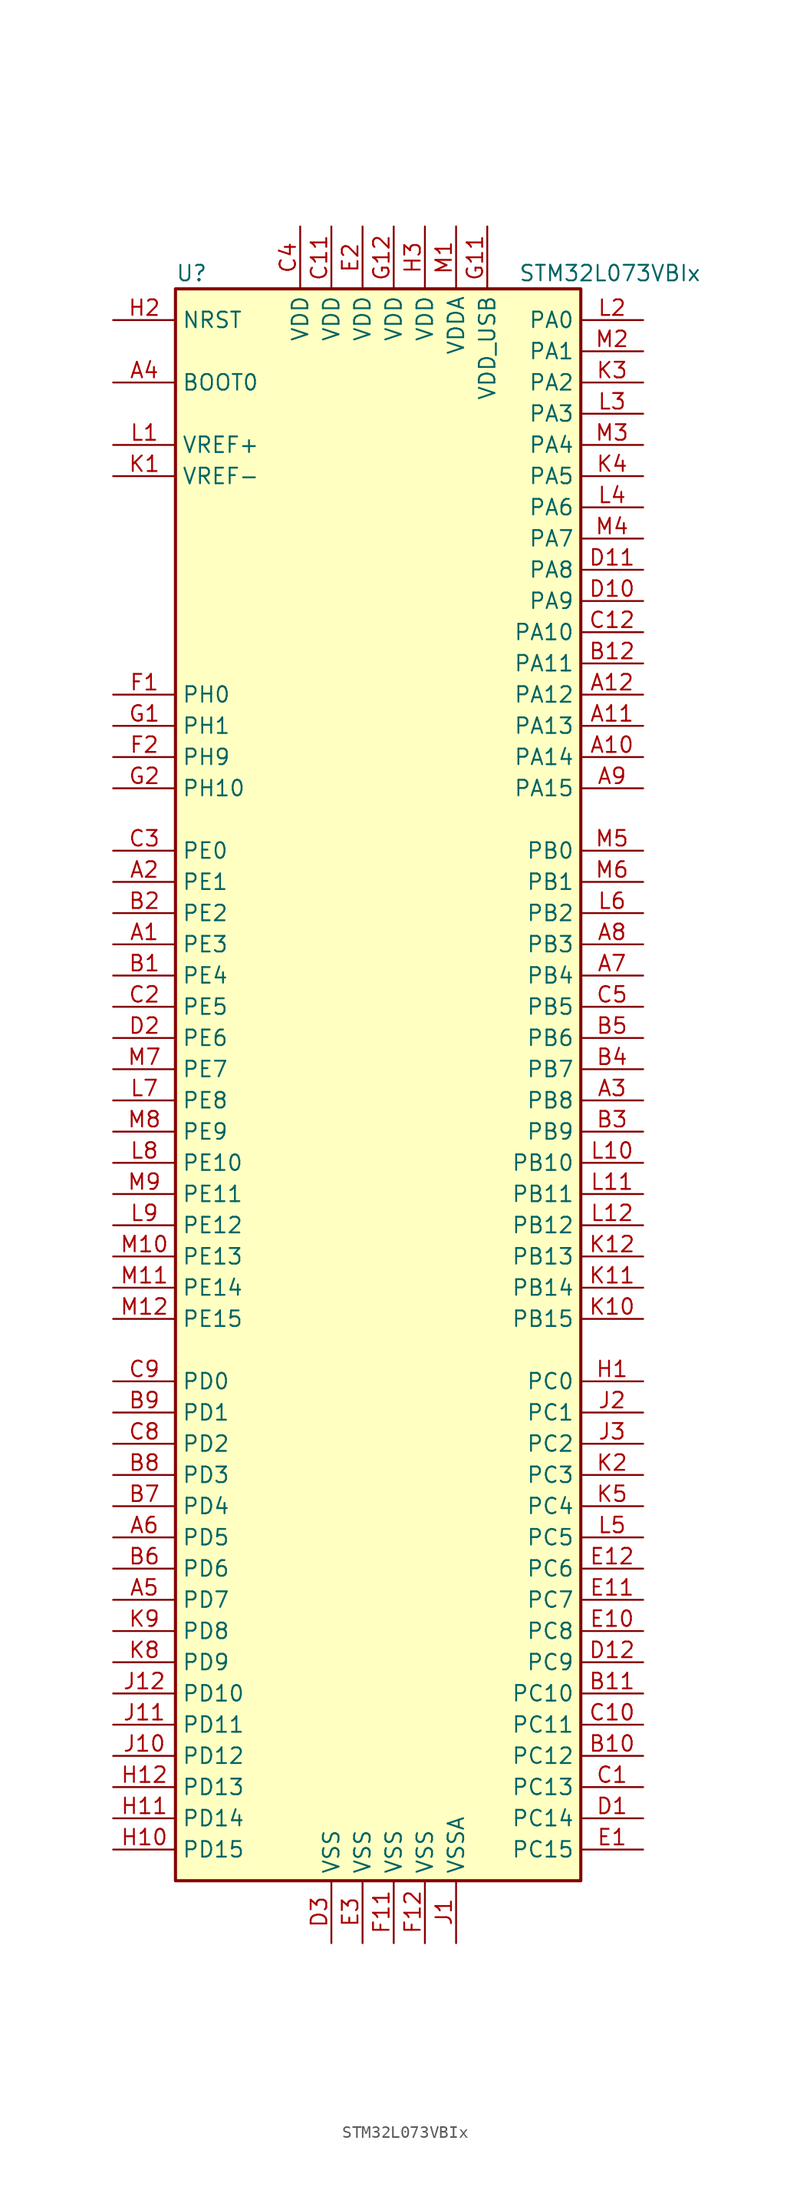
<source format=kicad_sym>
(kicad_symbol_lib
  (version 20201005)
  (generator kicad_symbol_editor)
  (symbol "MCU_ST_STM32L0:STM32L073VBIx"
    (property "Reference" "U"
      (at -17.78 64.77 0)
      (effects (font (size 1.27 1.27)) (justify left)))
    (property "Value" "STM32L073VBIx"
      (at 10.16 64.77 0)
      (effects (font (size 1.27 1.27)) (justify left)))
    (symbol "STM32L073VBIx_0_1"
      (rectangle (start -17.78 -66.04) (end 15.24 63.5) (stroke (width 0.254)) (fill (type background))))
    (symbol "STM32L073VBIx_1_1"
      (pin input line (at -22.86 55.88 0) (length 5.08) (name "BOOT0" (effects (font (size 1.27 1.27)))) (number "A4" (effects (font (size 1.27 1.27)))))
      (pin input line (at -22.86 60.96 0) (length 5.08) (name "NRST" (effects (font (size 1.27 1.27)))) (number "H2" (effects (font (size 1.27 1.27)))))
      (pin bidirectional line (at 20.32 60.96 180) (length 5.08) (name "PA0" (effects (font (size 1.27 1.27)))) (number "L2" (effects (font (size 1.27 1.27)))))
      (pin bidirectional line (at 20.32 58.42 180) (length 5.08) (name "PA1" (effects (font (size 1.27 1.27)))) (number "M2" (effects (font (size 1.27 1.27)))))
      (pin bidirectional line (at 20.32 35.56 180) (length 5.08) (name "PA10" (effects (font (size 1.27 1.27)))) (number "C12" (effects (font (size 1.27 1.27)))))
      (pin bidirectional line (at 20.32 33.02 180) (length 5.08) (name "PA11" (effects (font (size 1.27 1.27)))) (number "B12" (effects (font (size 1.27 1.27)))))
      (pin bidirectional line (at 20.32 30.48 180) (length 5.08) (name "PA12" (effects (font (size 1.27 1.27)))) (number "A12" (effects (font (size 1.27 1.27)))))
      (pin bidirectional line (at 20.32 27.94 180) (length 5.08) (name "PA13" (effects (font (size 1.27 1.27)))) (number "A11" (effects (font (size 1.27 1.27)))))
      (pin bidirectional line (at 20.32 25.4 180) (length 5.08) (name "PA14" (effects (font (size 1.27 1.27)))) (number "A10" (effects (font (size 1.27 1.27)))))
      (pin bidirectional line (at 20.32 22.86 180) (length 5.08) (name "PA15" (effects (font (size 1.27 1.27)))) (number "A9" (effects (font (size 1.27 1.27)))))
      (pin bidirectional line (at 20.32 55.88 180) (length 5.08) (name "PA2" (effects (font (size 1.27 1.27)))) (number "K3" (effects (font (size 1.27 1.27)))))
      (pin bidirectional line (at 20.32 53.34 180) (length 5.08) (name "PA3" (effects (font (size 1.27 1.27)))) (number "L3" (effects (font (size 1.27 1.27)))))
      (pin bidirectional line (at 20.32 50.8 180) (length 5.08) (name "PA4" (effects (font (size 1.27 1.27)))) (number "M3" (effects (font (size 1.27 1.27)))))
      (pin bidirectional line (at 20.32 48.26 180) (length 5.08) (name "PA5" (effects (font (size 1.27 1.27)))) (number "K4" (effects (font (size 1.27 1.27)))))
      (pin bidirectional line (at 20.32 45.72 180) (length 5.08) (name "PA6" (effects (font (size 1.27 1.27)))) (number "L4" (effects (font (size 1.27 1.27)))))
      (pin bidirectional line (at 20.32 43.18 180) (length 5.08) (name "PA7" (effects (font (size 1.27 1.27)))) (number "M4" (effects (font (size 1.27 1.27)))))
      (pin bidirectional line (at 20.32 40.64 180) (length 5.08) (name "PA8" (effects (font (size 1.27 1.27)))) (number "D11" (effects (font (size 1.27 1.27)))))
      (pin bidirectional line (at 20.32 38.1 180) (length 5.08) (name "PA9" (effects (font (size 1.27 1.27)))) (number "D10" (effects (font (size 1.27 1.27)))))
      (pin bidirectional line (at 20.32 17.78 180) (length 5.08) (name "PB0" (effects (font (size 1.27 1.27)))) (number "M5" (effects (font (size 1.27 1.27)))))
      (pin bidirectional line (at 20.32 15.24 180) (length 5.08) (name "PB1" (effects (font (size 1.27 1.27)))) (number "M6" (effects (font (size 1.27 1.27)))))
      (pin bidirectional line (at 20.32 -7.62 180) (length 5.08) (name "PB10" (effects (font (size 1.27 1.27)))) (number "L10" (effects (font (size 1.27 1.27)))))
      (pin bidirectional line (at 20.32 -10.16 180) (length 5.08) (name "PB11" (effects (font (size 1.27 1.27)))) (number "L11" (effects (font (size 1.27 1.27)))))
      (pin bidirectional line (at 20.32 -12.7 180) (length 5.08) (name "PB12" (effects (font (size 1.27 1.27)))) (number "L12" (effects (font (size 1.27 1.27)))))
      (pin bidirectional line (at 20.32 -15.24 180) (length 5.08) (name "PB13" (effects (font (size 1.27 1.27)))) (number "K12" (effects (font (size 1.27 1.27)))))
      (pin bidirectional line (at 20.32 -17.78 180) (length 5.08) (name "PB14" (effects (font (size 1.27 1.27)))) (number "K11" (effects (font (size 1.27 1.27)))))
      (pin bidirectional line (at 20.32 -20.32 180) (length 5.08) (name "PB15" (effects (font (size 1.27 1.27)))) (number "K10" (effects (font (size 1.27 1.27)))))
      (pin bidirectional line (at 20.32 12.7 180) (length 5.08) (name "PB2" (effects (font (size 1.27 1.27)))) (number "L6" (effects (font (size 1.27 1.27)))))
      (pin bidirectional line (at 20.32 10.16 180) (length 5.08) (name "PB3" (effects (font (size 1.27 1.27)))) (number "A8" (effects (font (size 1.27 1.27)))))
      (pin bidirectional line (at 20.32 7.62 180) (length 5.08) (name "PB4" (effects (font (size 1.27 1.27)))) (number "A7" (effects (font (size 1.27 1.27)))))
      (pin bidirectional line (at 20.32 5.08 180) (length 5.08) (name "PB5" (effects (font (size 1.27 1.27)))) (number "C5" (effects (font (size 1.27 1.27)))))
      (pin bidirectional line (at 20.32 2.54 180) (length 5.08) (name "PB6" (effects (font (size 1.27 1.27)))) (number "B5" (effects (font (size 1.27 1.27)))))
      (pin bidirectional line (at 20.32 0 180) (length 5.08) (name "PB7" (effects (font (size 1.27 1.27)))) (number "B4" (effects (font (size 1.27 1.27)))))
      (pin bidirectional line (at 20.32 -2.54 180) (length 5.08) (name "PB8" (effects (font (size 1.27 1.27)))) (number "A3" (effects (font (size 1.27 1.27)))))
      (pin bidirectional line (at 20.32 -5.08 180) (length 5.08) (name "PB9" (effects (font (size 1.27 1.27)))) (number "B3" (effects (font (size 1.27 1.27)))))
      (pin bidirectional line (at 20.32 -25.4 180) (length 5.08) (name "PC0" (effects (font (size 1.27 1.27)))) (number "H1" (effects (font (size 1.27 1.27)))))
      (pin bidirectional line (at 20.32 -27.94 180) (length 5.08) (name "PC1" (effects (font (size 1.27 1.27)))) (number "J2" (effects (font (size 1.27 1.27)))))
      (pin bidirectional line (at 20.32 -50.8 180) (length 5.08) (name "PC10" (effects (font (size 1.27 1.27)))) (number "B11" (effects (font (size 1.27 1.27)))))
      (pin bidirectional line (at 20.32 -53.34 180) (length 5.08) (name "PC11" (effects (font (size 1.27 1.27)))) (number "C10" (effects (font (size 1.27 1.27)))))
      (pin bidirectional line (at 20.32 -55.88 180) (length 5.08) (name "PC12" (effects (font (size 1.27 1.27)))) (number "B10" (effects (font (size 1.27 1.27)))))
      (pin bidirectional line (at 20.32 -58.42 180) (length 5.08) (name "PC13" (effects (font (size 1.27 1.27)))) (number "C1" (effects (font (size 1.27 1.27)))))
      (pin bidirectional line (at 20.32 -60.96 180) (length 5.08) (name "PC14" (effects (font (size 1.27 1.27)))) (number "D1" (effects (font (size 1.27 1.27)))))
      (pin bidirectional line (at 20.32 -63.5 180) (length 5.08) (name "PC15" (effects (font (size 1.27 1.27)))) (number "E1" (effects (font (size 1.27 1.27)))))
      (pin bidirectional line (at 20.32 -30.48 180) (length 5.08) (name "PC2" (effects (font (size 1.27 1.27)))) (number "J3" (effects (font (size 1.27 1.27)))))
      (pin bidirectional line (at 20.32 -33.02 180) (length 5.08) (name "PC3" (effects (font (size 1.27 1.27)))) (number "K2" (effects (font (size 1.27 1.27)))))
      (pin bidirectional line (at 20.32 -35.56 180) (length 5.08) (name "PC4" (effects (font (size 1.27 1.27)))) (number "K5" (effects (font (size 1.27 1.27)))))
      (pin bidirectional line (at 20.32 -38.1 180) (length 5.08) (name "PC5" (effects (font (size 1.27 1.27)))) (number "L5" (effects (font (size 1.27 1.27)))))
      (pin bidirectional line (at 20.32 -40.64 180) (length 5.08) (name "PC6" (effects (font (size 1.27 1.27)))) (number "E12" (effects (font (size 1.27 1.27)))))
      (pin bidirectional line (at 20.32 -43.18 180) (length 5.08) (name "PC7" (effects (font (size 1.27 1.27)))) (number "E11" (effects (font (size 1.27 1.27)))))
      (pin bidirectional line (at 20.32 -45.72 180) (length 5.08) (name "PC8" (effects (font (size 1.27 1.27)))) (number "E10" (effects (font (size 1.27 1.27)))))
      (pin bidirectional line (at 20.32 -48.26 180) (length 5.08) (name "PC9" (effects (font (size 1.27 1.27)))) (number "D12" (effects (font (size 1.27 1.27)))))
      (pin bidirectional line (at -22.86 -25.4 0) (length 5.08) (name "PD0" (effects (font (size 1.27 1.27)))) (number "C9" (effects (font (size 1.27 1.27)))))
      (pin bidirectional line (at -22.86 -27.94 0) (length 5.08) (name "PD1" (effects (font (size 1.27 1.27)))) (number "B9" (effects (font (size 1.27 1.27)))))
      (pin bidirectional line (at -22.86 -50.8 0) (length 5.08) (name "PD10" (effects (font (size 1.27 1.27)))) (number "J12" (effects (font (size 1.27 1.27)))))
      (pin bidirectional line (at -22.86 -53.34 0) (length 5.08) (name "PD11" (effects (font (size 1.27 1.27)))) (number "J11" (effects (font (size 1.27 1.27)))))
      (pin bidirectional line (at -22.86 -55.88 0) (length 5.08) (name "PD12" (effects (font (size 1.27 1.27)))) (number "J10" (effects (font (size 1.27 1.27)))))
      (pin bidirectional line (at -22.86 -58.42 0) (length 5.08) (name "PD13" (effects (font (size 1.27 1.27)))) (number "H12" (effects (font (size 1.27 1.27)))))
      (pin bidirectional line (at -22.86 -60.96 0) (length 5.08) (name "PD14" (effects (font (size 1.27 1.27)))) (number "H11" (effects (font (size 1.27 1.27)))))
      (pin bidirectional line (at -22.86 -63.5 0) (length 5.08) (name "PD15" (effects (font (size 1.27 1.27)))) (number "H10" (effects (font (size 1.27 1.27)))))
      (pin bidirectional line (at -22.86 -30.48 0) (length 5.08) (name "PD2" (effects (font (size 1.27 1.27)))) (number "C8" (effects (font (size 1.27 1.27)))))
      (pin bidirectional line (at -22.86 -33.02 0) (length 5.08) (name "PD3" (effects (font (size 1.27 1.27)))) (number "B8" (effects (font (size 1.27 1.27)))))
      (pin bidirectional line (at -22.86 -35.56 0) (length 5.08) (name "PD4" (effects (font (size 1.27 1.27)))) (number "B7" (effects (font (size 1.27 1.27)))))
      (pin bidirectional line (at -22.86 -38.1 0) (length 5.08) (name "PD5" (effects (font (size 1.27 1.27)))) (number "A6" (effects (font (size 1.27 1.27)))))
      (pin bidirectional line (at -22.86 -40.64 0) (length 5.08) (name "PD6" (effects (font (size 1.27 1.27)))) (number "B6" (effects (font (size 1.27 1.27)))))
      (pin bidirectional line (at -22.86 -43.18 0) (length 5.08) (name "PD7" (effects (font (size 1.27 1.27)))) (number "A5" (effects (font (size 1.27 1.27)))))
      (pin bidirectional line (at -22.86 -45.72 0) (length 5.08) (name "PD8" (effects (font (size 1.27 1.27)))) (number "K9" (effects (font (size 1.27 1.27)))))
      (pin bidirectional line (at -22.86 -48.26 0) (length 5.08) (name "PD9" (effects (font (size 1.27 1.27)))) (number "K8" (effects (font (size 1.27 1.27)))))
      (pin bidirectional line (at -22.86 17.78 0) (length 5.08) (name "PE0" (effects (font (size 1.27 1.27)))) (number "C3" (effects (font (size 1.27 1.27)))))
      (pin bidirectional line (at -22.86 15.24 0) (length 5.08) (name "PE1" (effects (font (size 1.27 1.27)))) (number "A2" (effects (font (size 1.27 1.27)))))
      (pin bidirectional line (at -22.86 -7.62 0) (length 5.08) (name "PE10" (effects (font (size 1.27 1.27)))) (number "L8" (effects (font (size 1.27 1.27)))))
      (pin bidirectional line (at -22.86 -10.16 0) (length 5.08) (name "PE11" (effects (font (size 1.27 1.27)))) (number "M9" (effects (font (size 1.27 1.27)))))
      (pin bidirectional line (at -22.86 -12.7 0) (length 5.08) (name "PE12" (effects (font (size 1.27 1.27)))) (number "L9" (effects (font (size 1.27 1.27)))))
      (pin bidirectional line (at -22.86 -15.24 0) (length 5.08) (name "PE13" (effects (font (size 1.27 1.27)))) (number "M10" (effects (font (size 1.27 1.27)))))
      (pin bidirectional line (at -22.86 -17.78 0) (length 5.08) (name "PE14" (effects (font (size 1.27 1.27)))) (number "M11" (effects (font (size 1.27 1.27)))))
      (pin bidirectional line (at -22.86 -20.32 0) (length 5.08) (name "PE15" (effects (font (size 1.27 1.27)))) (number "M12" (effects (font (size 1.27 1.27)))))
      (pin bidirectional line (at -22.86 12.7 0) (length 5.08) (name "PE2" (effects (font (size 1.27 1.27)))) (number "B2" (effects (font (size 1.27 1.27)))))
      (pin bidirectional line (at -22.86 10.16 0) (length 5.08) (name "PE3" (effects (font (size 1.27 1.27)))) (number "A1" (effects (font (size 1.27 1.27)))))
      (pin bidirectional line (at -22.86 7.62 0) (length 5.08) (name "PE4" (effects (font (size 1.27 1.27)))) (number "B1" (effects (font (size 1.27 1.27)))))
      (pin bidirectional line (at -22.86 5.08 0) (length 5.08) (name "PE5" (effects (font (size 1.27 1.27)))) (number "C2" (effects (font (size 1.27 1.27)))))
      (pin bidirectional line (at -22.86 2.54 0) (length 5.08) (name "PE6" (effects (font (size 1.27 1.27)))) (number "D2" (effects (font (size 1.27 1.27)))))
      (pin bidirectional line (at -22.86 0 0) (length 5.08) (name "PE7" (effects (font (size 1.27 1.27)))) (number "M7" (effects (font (size 1.27 1.27)))))
      (pin bidirectional line (at -22.86 -2.54 0) (length 5.08) (name "PE8" (effects (font (size 1.27 1.27)))) (number "L7" (effects (font (size 1.27 1.27)))))
      (pin bidirectional line (at -22.86 -5.08 0) (length 5.08) (name "PE9" (effects (font (size 1.27 1.27)))) (number "M8" (effects (font (size 1.27 1.27)))))
      (pin input line (at -22.86 30.48 0) (length 5.08) (name "PH0" (effects (font (size 1.27 1.27)))) (number "F1" (effects (font (size 1.27 1.27)))))
      (pin input line (at -22.86 27.94 0) (length 5.08) (name "PH1" (effects (font (size 1.27 1.27)))) (number "G1" (effects (font (size 1.27 1.27)))))
      (pin bidirectional line (at -22.86 22.86 0) (length 5.08) (name "PH10" (effects (font (size 1.27 1.27)))) (number "G2" (effects (font (size 1.27 1.27)))))
      (pin bidirectional line (at -22.86 25.4 0) (length 5.08) (name "PH9" (effects (font (size 1.27 1.27)))) (number "F2" (effects (font (size 1.27 1.27)))))
      (pin power_in line (at -5.08 68.58 270) (length 5.08) (name "VDD" (effects (font (size 1.27 1.27)))) (number "C11" (effects (font (size 1.27 1.27)))))
      (pin power_in line (at -7.62 68.58 270) (length 5.08) (name "VDD" (effects (font (size 1.27 1.27)))) (number "C4" (effects (font (size 1.27 1.27)))))
      (pin power_in line (at -2.54 68.58 270) (length 5.08) (name "VDD" (effects (font (size 1.27 1.27)))) (number "E2" (effects (font (size 1.27 1.27)))))
      (pin power_in line (at 0 68.58 270) (length 5.08) (name "VDD" (effects (font (size 1.27 1.27)))) (number "G12" (effects (font (size 1.27 1.27)))))
      (pin power_in line (at 2.54 68.58 270) (length 5.08) (name "VDD" (effects (font (size 1.27 1.27)))) (number "H3" (effects (font (size 1.27 1.27)))))
      (pin power_in line (at 5.08 68.58 270) (length 5.08) (name "VDDA" (effects (font (size 1.27 1.27)))) (number "M1" (effects (font (size 1.27 1.27)))))
      (pin power_in line (at 7.62 68.58 270) (length 5.08) (name "VDD_USB" (effects (font (size 1.27 1.27)))) (number "G11" (effects (font (size 1.27 1.27)))))
      (pin power_in line (at -22.86 50.8 0) (length 5.08) (name "VREF+" (effects (font (size 1.27 1.27)))) (number "L1" (effects (font (size 1.27 1.27)))))
      (pin power_in line (at -22.86 48.26 0) (length 5.08) (name "VREF-" (effects (font (size 1.27 1.27)))) (number "K1" (effects (font (size 1.27 1.27)))))
      (pin power_in line (at -5.08 -71.12 90) (length 5.08) (name "VSS" (effects (font (size 1.27 1.27)))) (number "D3" (effects (font (size 1.27 1.27)))))
      (pin power_in line (at -2.54 -71.12 90) (length 5.08) (name "VSS" (effects (font (size 1.27 1.27)))) (number "E3" (effects (font (size 1.27 1.27)))))
      (pin power_in line (at 0 -71.12 90) (length 5.08) (name "VSS" (effects (font (size 1.27 1.27)))) (number "F11" (effects (font (size 1.27 1.27)))))
      (pin power_in line (at 2.54 -71.12 90) (length 5.08) (name "VSS" (effects (font (size 1.27 1.27)))) (number "F12" (effects (font (size 1.27 1.27)))))
      (pin power_in line (at 5.08 -71.12 90) (length 5.08) (name "VSSA" (effects (font (size 1.27 1.27)))) (number "J1" (effects (font (size 1.27 1.27))))))))
</source>
